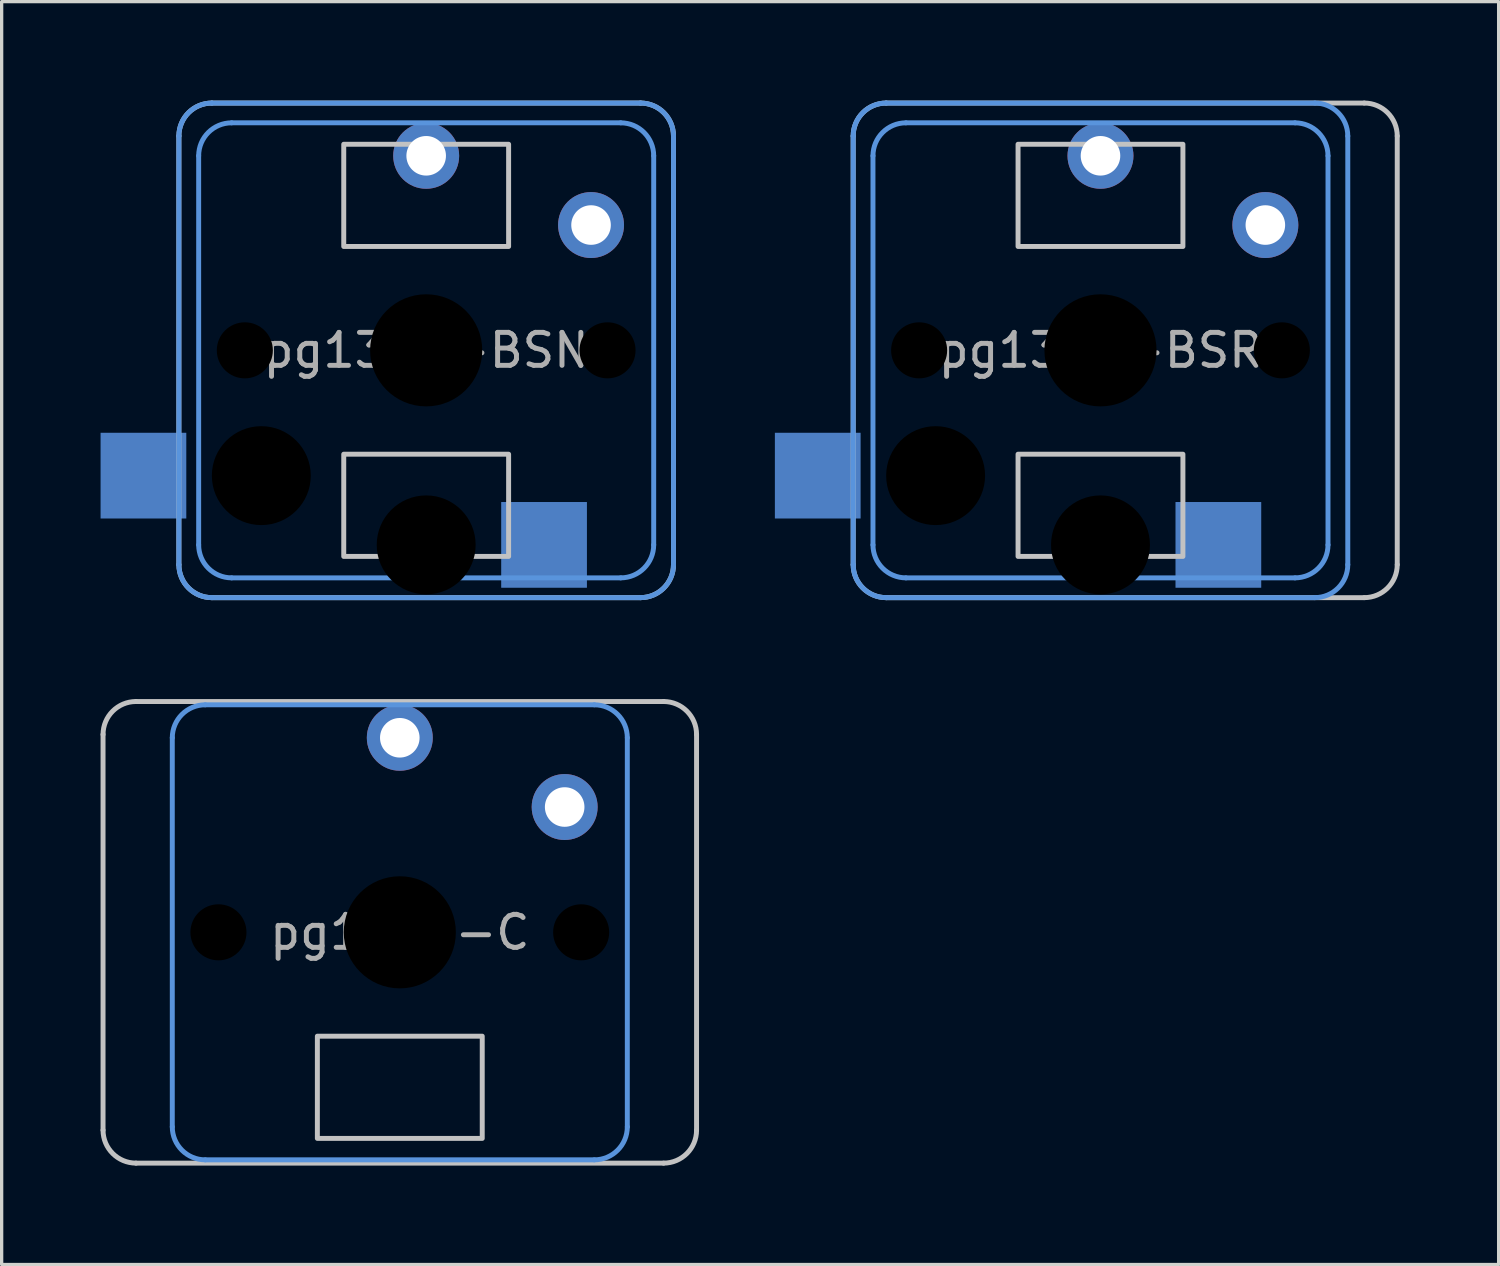
<source format=kicad_pcb>
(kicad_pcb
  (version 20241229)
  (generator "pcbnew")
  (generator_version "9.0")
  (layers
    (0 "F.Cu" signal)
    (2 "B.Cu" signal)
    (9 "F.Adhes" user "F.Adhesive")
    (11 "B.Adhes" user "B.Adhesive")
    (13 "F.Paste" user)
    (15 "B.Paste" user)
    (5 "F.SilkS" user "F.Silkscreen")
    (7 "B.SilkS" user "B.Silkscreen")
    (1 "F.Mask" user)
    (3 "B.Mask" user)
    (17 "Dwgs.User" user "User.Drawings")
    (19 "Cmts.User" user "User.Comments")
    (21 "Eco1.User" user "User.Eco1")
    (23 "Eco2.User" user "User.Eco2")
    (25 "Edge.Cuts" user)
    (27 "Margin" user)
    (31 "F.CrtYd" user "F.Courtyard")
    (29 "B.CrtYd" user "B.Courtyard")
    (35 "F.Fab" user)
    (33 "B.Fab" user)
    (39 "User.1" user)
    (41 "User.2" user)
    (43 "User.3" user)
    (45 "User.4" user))
  (footprint "pg1350-C"
    (layer "F.Cu")
    (at 9.075 25.225)
    (property "Reference" "pg1350-C" (at 0 0 0) (layer "F.Fab") (effects (font (size 1 1) (thickness 0.15))))
    (attr through_hole)
    (fp_line (start -9 6) (end -9 -6) (stroke (width 0.15) (type solid)) (layer "Dwgs.User"))
    (fp_line (start -8 -7) (end 8 -7) (stroke (width 0.15) (type solid)) (layer "Dwgs.User"))
    (fp_line (start 8 7) (end -8 7) (stroke (width 0.15) (type solid)) (layer "Dwgs.User"))
    (fp_line (start 9 -6) (end 9 6) (stroke (width 0.15) (type solid)) (layer "Dwgs.User"))
    (fp_rect (start 2.5 6.25) (end -2.5 3.15) (stroke (width 0.15) (type solid)) (fill no) (layer "Dwgs.User"))
    (fp_arc (start -9 -6) (mid -8.707107 -6.707107) (end -8 -7) (stroke (width 0.15) (type solid)) (layer "Dwgs.User"))
    (fp_arc (start -8 7) (mid -8.707107 6.707107) (end -9 6) (stroke (width 0.15) (type solid)) (layer "Dwgs.User"))
    (fp_arc (start 8 -7) (mid 8.707107 -6.707107) (end 9 -6) (stroke (width 0.15) (type solid)) (layer "Dwgs.User"))
    (fp_arc (start 9 6) (mid 8.707107 6.707107) (end 8 7) (stroke (width 0.15) (type solid)) (layer "Dwgs.User"))
    (fp_line (start -6.9 5.9) (end -6.9 -5.9) (stroke (width 0.15) (type solid)) (layer "Cmts.User"))
    (fp_line (start -5.9 -6.9) (end 5.9 -6.9) (stroke (width 0.15) (type solid)) (layer "Cmts.User"))
    (fp_line (start 5.9 6.9) (end -5.9 6.9) (stroke (width 0.15) (type solid)) (layer "Cmts.User"))
    (fp_line (start 6.9 -5.9) (end 6.9 5.9) (stroke (width 0.15) (type solid)) (layer "Cmts.User"))
    (fp_arc (start -6.9 -5.9) (mid -6.607107 -6.607107) (end -5.9 -6.9) (stroke (width 0.15) (type solid)) (layer "Cmts.User"))
    (fp_arc (start -5.9 6.9) (mid -6.607107 6.607107) (end -6.9 5.9) (stroke (width 0.15) (type solid)) (layer "Cmts.User"))
    (fp_arc (start 5.9 -6.9) (mid 6.607107 -6.607107) (end 6.9 -5.9) (stroke (width 0.15) (type solid)) (layer "Cmts.User"))
    (fp_arc (start 6.9 5.9) (mid 6.607107 6.607107) (end 5.9 6.9) (stroke (width 0.15) (type solid)) (layer "Cmts.User"))
    (pad "" np_thru_hole circle (at -5.5 0) (size 1.7 1.7) (drill 1.7) (layers "*.Mask"))
    (pad "" np_thru_hole circle (at 0 0) (size 3.4 3.4) (drill 3.4) (layers "*.Mask"))
    (pad "" np_thru_hole circle (at 5.5 0) (size 1.7 1.7) (drill 1.7) (layers "*.Mask"))
    (pad "1" thru_hole circle (at 0 -5.9) (size 2 2) (drill 1.2) (layers "*.Cu" "B.Mask"))
    (pad "2" thru_hole circle (at 5 -3.8) (size 2 2) (drill 1.2) (layers "*.Cu" "B.Mask")))
  (footprint "pg1350-BSR"
    (layer "F.Cu")
    (at 30.325 7.575)
    (property "Reference" "pg1350-BSR" (at 0 0 0) (layer "F.Fab") (effects (font (size 1 1) (thickness 0.15))))
    (attr through_hole)
    (fp_line (start -7.5 6.5) (end -7.5 -6.5) (stroke (width 0.15) (type solid)) (layer "Dwgs.User"))
    (fp_line (start -6.5 -7.5) (end 8 -7.5) (stroke (width 0.15) (type solid)) (layer "Dwgs.User"))
    (fp_line (start 8 7.5) (end -6.5 7.5) (stroke (width 0.15) (type solid)) (layer "Dwgs.User"))
    (fp_line (start 9 -6.5) (end 9 6.5) (stroke (width 0.15) (type solid)) (layer "Dwgs.User"))
    (fp_rect (start 2.5 -6.25) (end -2.5 -3.15) (stroke (width 0.15) (type solid)) (fill no) (layer "Dwgs.User"))
    (fp_rect (start 2.5 6.25) (end -2.5 3.15) (stroke (width 0.15) (type solid)) (fill no) (layer "Dwgs.User"))
    (fp_arc (start -7.5 -6.5) (mid -7.207107 -7.207107) (end -6.5 -7.5) (stroke (width 0.15) (type solid)) (layer "Dwgs.User"))
    (fp_arc (start -6.5 7.5) (mid -7.207107 7.207107) (end -7.5 6.5) (stroke (width 0.15) (type solid)) (layer "Dwgs.User"))
    (fp_arc (start 8 -7.5) (mid 8.707107 -7.207107) (end 9 -6.5) (stroke (width 0.15) (type solid)) (layer "Dwgs.User"))
    (fp_arc (start 9 6.5) (mid 8.707107 7.207107) (end 8 7.5) (stroke (width 0.15) (type solid)) (layer "Dwgs.User"))
    (fp_line (start -7.5 6.5) (end -7.5 -6.5) (stroke (width 0.15) (type solid)) (layer "Cmts.User"))
    (fp_line (start -6.9 5.9) (end -6.9 -5.9) (stroke (width 0.15) (type solid)) (layer "Cmts.User"))
    (fp_line (start -6.5 -7.5) (end 6.5 -7.5) (stroke (width 0.15) (type solid)) (layer "Cmts.User"))
    (fp_line (start -5.9 -6.9) (end 5.9 -6.9) (stroke (width 0.15) (type solid)) (layer "Cmts.User"))
    (fp_line (start 5.9 6.9) (end -5.9 6.9) (stroke (width 0.15) (type solid)) (layer "Cmts.User"))
    (fp_line (start 6.5 7.5) (end -6.5 7.5) (stroke (width 0.15) (type solid)) (layer "Cmts.User"))
    (fp_line (start 6.9 -5.9) (end 6.9 5.9) (stroke (width 0.15) (type solid)) (layer "Cmts.User"))
    (fp_line (start 7.5 -6.5) (end 7.5 6.5) (stroke (width 0.15) (type solid)) (layer "Cmts.User"))
    (fp_arc (start -7.5 -6.5) (mid -7.207107 -7.207107) (end -6.5 -7.5) (stroke (width 0.15) (type solid)) (layer "Cmts.User"))
    (fp_arc (start -6.9 -5.9) (mid -6.607107 -6.607107) (end -5.9 -6.9) (stroke (width 0.15) (type solid)) (layer "Cmts.User"))
    (fp_arc (start -6.5 7.5) (mid -7.207107 7.207107) (end -7.5 6.5) (stroke (width 0.15) (type solid)) (layer "Cmts.User"))
    (fp_arc (start -5.9 6.9) (mid -6.607107 6.607107) (end -6.9 5.9) (stroke (width 0.15) (type solid)) (layer "Cmts.User"))
    (fp_arc (start 5.9 -6.9) (mid 6.607107 -6.607107) (end 6.9 -5.9) (stroke (width 0.15) (type solid)) (layer "Cmts.User"))
    (fp_arc (start 6.5 -7.5) (mid 7.207107 -7.207107) (end 7.5 -6.5) (stroke (width 0.15) (type solid)) (layer "Cmts.User"))
    (fp_arc (start 6.9 5.9) (mid 6.607107 6.607107) (end 5.9 6.9) (stroke (width 0.15) (type solid)) (layer "Cmts.User"))
    (fp_arc (start 7.5 6.5) (mid 7.207107 7.207107) (end 6.5 7.5) (stroke (width 0.15) (type solid)) (layer "Cmts.User"))
    (pad "" np_thru_hole circle (at -5.5 0) (size 1.7 1.7) (drill 1.7) (layers "*.Mask"))
    (pad "" np_thru_hole circle (at -5 3.8 180) (size 3 3) (drill 3) (layers "*.Mask"))
    (pad "" np_thru_hole circle (at 0 0) (size 3.4 3.4) (drill 3.4) (layers "*.Mask"))
    (pad "" np_thru_hole circle (at 0 5.9 180) (size 3 3) (drill 3) (layers "*.Mask"))
    (pad "" np_thru_hole circle (at 5.5 0) (size 1.7 1.7) (drill 1.7) (layers "*.Mask"))
    (pad "1" thru_hole circle (at 0 -5.9) (size 2 2) (drill 1.2) (layers "*.Cu" "B.Mask"))
    (pad "1" smd rect (at 3.575 5.9 180) (size 2.6 2.6) (layers "B.Cu" "B.Mask"))
    (pad "2" smd rect (at -8.575 3.8 180) (size 2.6 2.6) (layers "B.Cu" "B.Mask"))
    (pad "2" thru_hole circle (at 5 -3.8) (size 2 2) (drill 1.2) (layers "*.Cu" "B.Mask")))
  (footprint "pg1350-BSN"
    (layer "F.Cu")
    (at 9.875 7.575)
    (property "Reference" "pg1350-BSN" (at 0 0 0) (layer "F.Fab") (effects (font (size 1 1) (thickness 0.15))))
    (attr through_hole)
    (fp_line (start -7.5 6.5) (end -7.5 -6.5) (stroke (width 0.15) (type solid)) (layer "Dwgs.User"))
    (fp_line (start -6.5 -7.5) (end 6.5 -7.5) (stroke (width 0.15) (type solid)) (layer "Dwgs.User"))
    (fp_line (start 6.5 7.5) (end -6.5 7.5) (stroke (width 0.15) (type solid)) (layer "Dwgs.User"))
    (fp_line (start 7.5 -6.5) (end 7.5 6.5) (stroke (width 0.15) (type solid)) (layer "Dwgs.User"))
    (fp_rect (start 2.5 -6.25) (end -2.5 -3.15) (stroke (width 0.15) (type solid)) (fill no) (layer "Dwgs.User"))
    (fp_rect (start 2.5 6.25) (end -2.5 3.15) (stroke (width 0.15) (type solid)) (fill no) (layer "Dwgs.User"))
    (fp_arc (start -7.5 -6.5) (mid -7.207107 -7.207107) (end -6.5 -7.5) (stroke (width 0.15) (type solid)) (layer "Dwgs.User"))
    (fp_arc (start -6.5 7.5) (mid -7.207107 7.207107) (end -7.5 6.5) (stroke (width 0.15) (type solid)) (layer "Dwgs.User"))
    (fp_arc (start 6.5 -7.5) (mid 7.207107 -7.207107) (end 7.5 -6.5) (stroke (width 0.15) (type solid)) (layer "Dwgs.User"))
    (fp_arc (start 7.5 6.5) (mid 7.207107 7.207107) (end 6.5 7.5) (stroke (width 0.15) (type solid)) (layer "Dwgs.User"))
    (fp_line (start -7.5 6.5) (end -7.5 -6.5) (stroke (width 0.15) (type solid)) (layer "Cmts.User"))
    (fp_line (start -6.9 5.9) (end -6.9 -5.9) (stroke (width 0.15) (type solid)) (layer "Cmts.User"))
    (fp_line (start -6.5 -7.5) (end 6.5 -7.5) (stroke (width 0.15) (type solid)) (layer "Cmts.User"))
    (fp_line (start -5.9 -6.9) (end 5.9 -6.9) (stroke (width 0.15) (type solid)) (layer "Cmts.User"))
    (fp_line (start 5.9 6.9) (end -5.9 6.9) (stroke (width 0.15) (type solid)) (layer "Cmts.User"))
    (fp_line (start 6.5 7.5) (end -6.5 7.5) (stroke (width 0.15) (type solid)) (layer "Cmts.User"))
    (fp_line (start 6.9 -5.9) (end 6.9 5.9) (stroke (width 0.15) (type solid)) (layer "Cmts.User"))
    (fp_line (start 7.5 -6.5) (end 7.5 6.5) (stroke (width 0.15) (type solid)) (layer "Cmts.User"))
    (fp_arc (start -7.5 -6.5) (mid -7.207107 -7.207107) (end -6.5 -7.5) (stroke (width 0.15) (type solid)) (layer "Cmts.User"))
    (fp_arc (start -6.9 -5.9) (mid -6.607107 -6.607107) (end -5.9 -6.9) (stroke (width 0.15) (type solid)) (layer "Cmts.User"))
    (fp_arc (start -6.5 7.5) (mid -7.207107 7.207107) (end -7.5 6.5) (stroke (width 0.15) (type solid)) (layer "Cmts.User"))
    (fp_arc (start -5.9 6.9) (mid -6.607107 6.607107) (end -6.9 5.9) (stroke (width 0.15) (type solid)) (layer "Cmts.User"))
    (fp_arc (start 5.9 -6.9) (mid 6.607107 -6.607107) (end 6.9 -5.9) (stroke (width 0.15) (type solid)) (layer "Cmts.User"))
    (fp_arc (start 6.5 -7.5) (mid 7.207107 -7.207107) (end 7.5 -6.5) (stroke (width 0.15) (type solid)) (layer "Cmts.User"))
    (fp_arc (start 6.9 5.9) (mid 6.607107 6.607107) (end 5.9 6.9) (stroke (width 0.15) (type solid)) (layer "Cmts.User"))
    (fp_arc (start 7.5 6.5) (mid 7.207107 7.207107) (end 6.5 7.5) (stroke (width 0.15) (type solid)) (layer "Cmts.User"))
    (pad "" np_thru_hole circle (at -5.5 0) (size 1.7 1.7) (drill 1.7) (layers "*.Mask"))
    (pad "" np_thru_hole circle (at -5 3.8 180) (size 3 3) (drill 3) (layers "*.Mask"))
    (pad "" np_thru_hole circle (at 0 0) (size 3.4 3.4) (drill 3.4) (layers "*.Mask"))
    (pad "" np_thru_hole circle (at 0 5.9 180) (size 3 3) (drill 3) (layers "*.Mask"))
    (pad "" np_thru_hole circle (at 5.5 0) (size 1.7 1.7) (drill 1.7) (layers "*.Mask"))
    (pad "1" thru_hole circle (at 0 -5.9) (size 2 2) (drill 1.2) (layers "*.Cu" "B.Mask"))
    (pad "1" smd rect (at 3.575 5.9 180) (size 2.6 2.6) (layers "B.Cu" "B.Mask"))
    (pad "2" smd rect (at -8.575 3.8 180) (size 2.6 2.6) (layers "B.Cu" "B.Mask"))
    (pad "2" thru_hole circle (at 5 -3.8) (size 2 2) (drill 1.2) (layers "*.Cu" "B.Mask")))
  (gr_rect
    (start -3 -3)
    (end 42.4 35.3)
    (stroke (width 0.1) (type default))
    (fill no)
    (layer "Edge.Cuts")))
</source>
